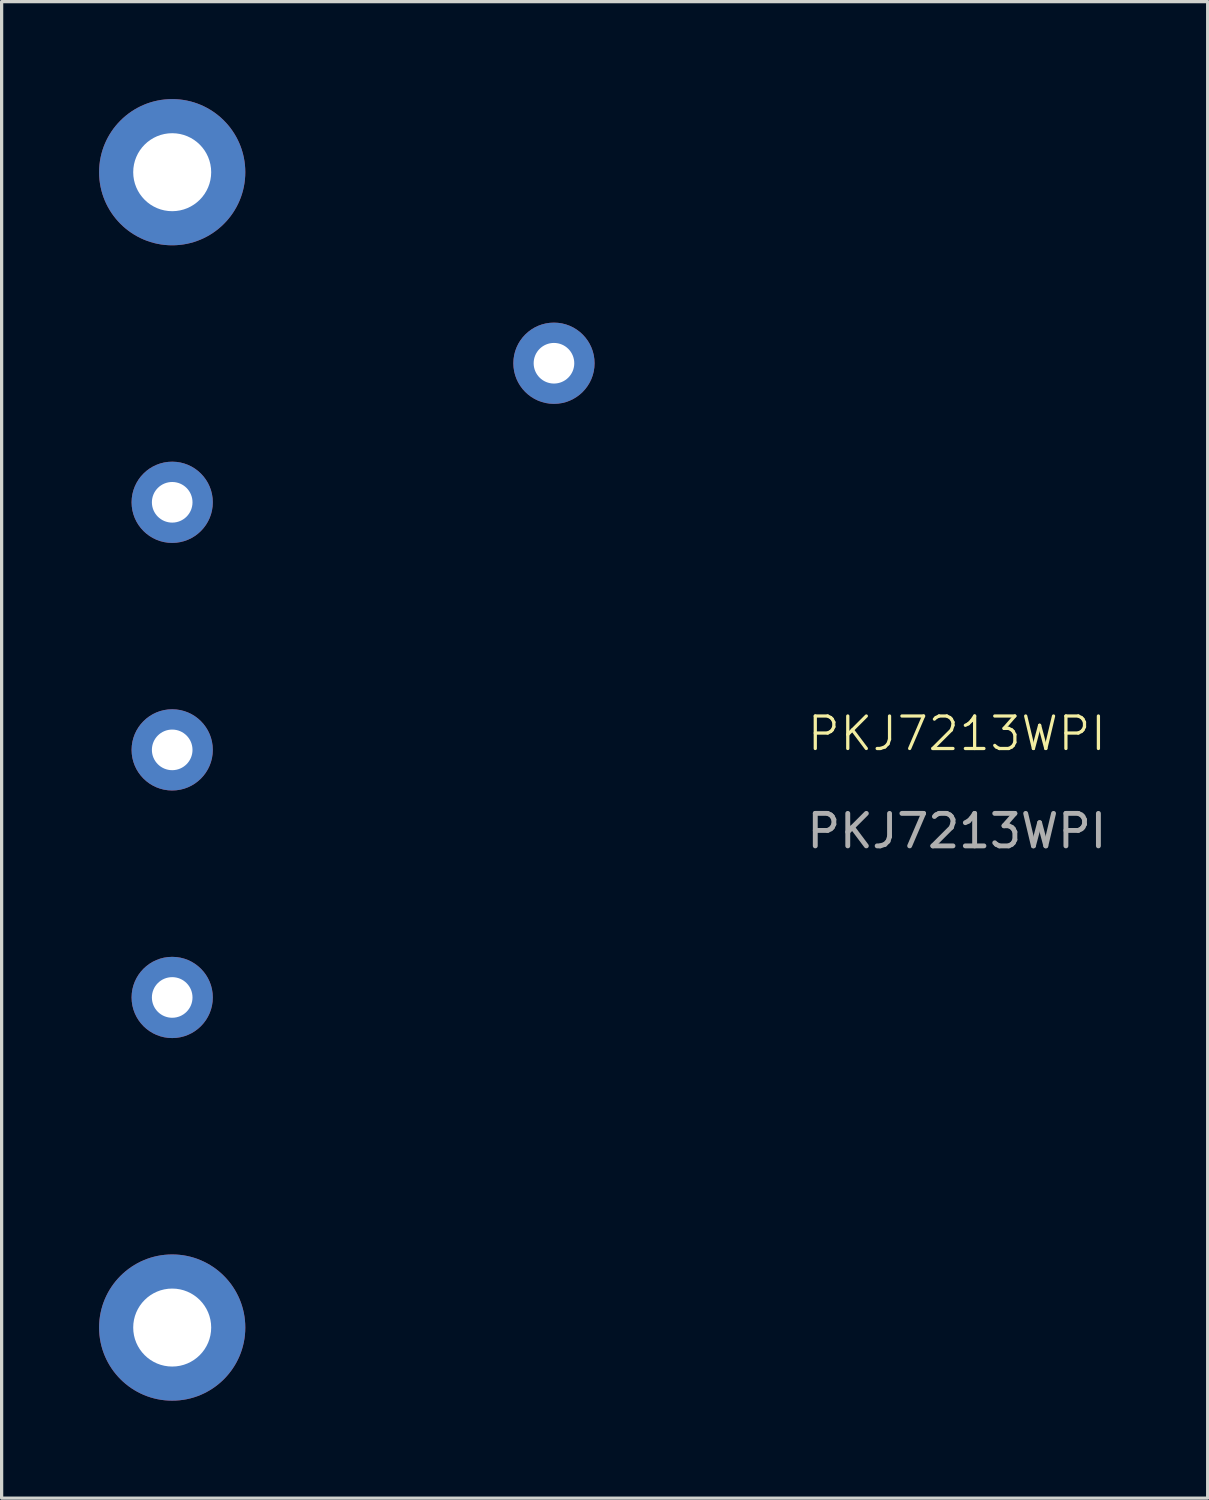
<source format=kicad_pcb>
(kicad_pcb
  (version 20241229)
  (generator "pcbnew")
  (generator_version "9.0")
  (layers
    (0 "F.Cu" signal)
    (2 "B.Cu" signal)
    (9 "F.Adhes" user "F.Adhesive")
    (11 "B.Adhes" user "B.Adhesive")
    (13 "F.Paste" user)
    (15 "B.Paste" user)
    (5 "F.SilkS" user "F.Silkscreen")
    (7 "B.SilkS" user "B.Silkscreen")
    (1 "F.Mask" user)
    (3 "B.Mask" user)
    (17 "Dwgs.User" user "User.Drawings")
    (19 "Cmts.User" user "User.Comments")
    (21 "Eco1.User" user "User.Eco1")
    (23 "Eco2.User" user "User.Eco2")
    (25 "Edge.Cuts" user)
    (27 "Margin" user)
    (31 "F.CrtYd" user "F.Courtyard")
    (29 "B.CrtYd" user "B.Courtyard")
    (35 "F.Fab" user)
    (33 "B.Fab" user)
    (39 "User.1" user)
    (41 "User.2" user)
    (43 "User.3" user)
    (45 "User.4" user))
  (footprint "PKJ7213WPI"
    (layer "F.Cu")
    (at 26.4 20.03)
    (property "Reference" "PKJ7213WPI" (at 0 -0.5 0) (unlocked yes) (layer "F.SilkS") (effects (font (size 1 1) (thickness 0.1))))
    (attr through_hole)
    (fp_text user "${REFERENCE}" (at 0 2.5 0) (unlocked yes) (layer "F.Fab") (effects (font (size 1 1) (thickness 0.15))))
    (pad "" np_thru_hole circle (at -12.4 -11.9) (size 2.5 2.5) (drill 1.25) (layers "*.Cu" "*.Mask"))
    (pad "5" thru_hole circle (at -24.15 -17.78) (size 4.5 4.5) (drill 2.4) (layers "*.Cu" "*.Mask"))
    (pad "6" thru_hole circle (at -24.15 -7.62) (size 2.5 2.5) (drill 1.25) (layers "*.Cu" "*.Mask"))
    (pad "7" thru_hole circle (at -24.15 0) (size 2.5 2.5) (drill 1.25) (layers "*.Cu" "*.Mask"))
    (pad "8" thru_hole circle (at -24.15 7.62) (size 2.5 2.5) (drill 1.25) (layers "*.Cu" "*.Mask"))
    (pad "9" thru_hole circle (at -24.15 17.78) (size 4.5 4.5) (drill 2.4) (layers "*.Cu" "*.Mask")))
  (gr_rect
    (start -3 -3)
    (end 34.12 43.06)
    (stroke (width 0.1) (type default))
    (fill no)
    (layer "Edge.Cuts")))
</source>
